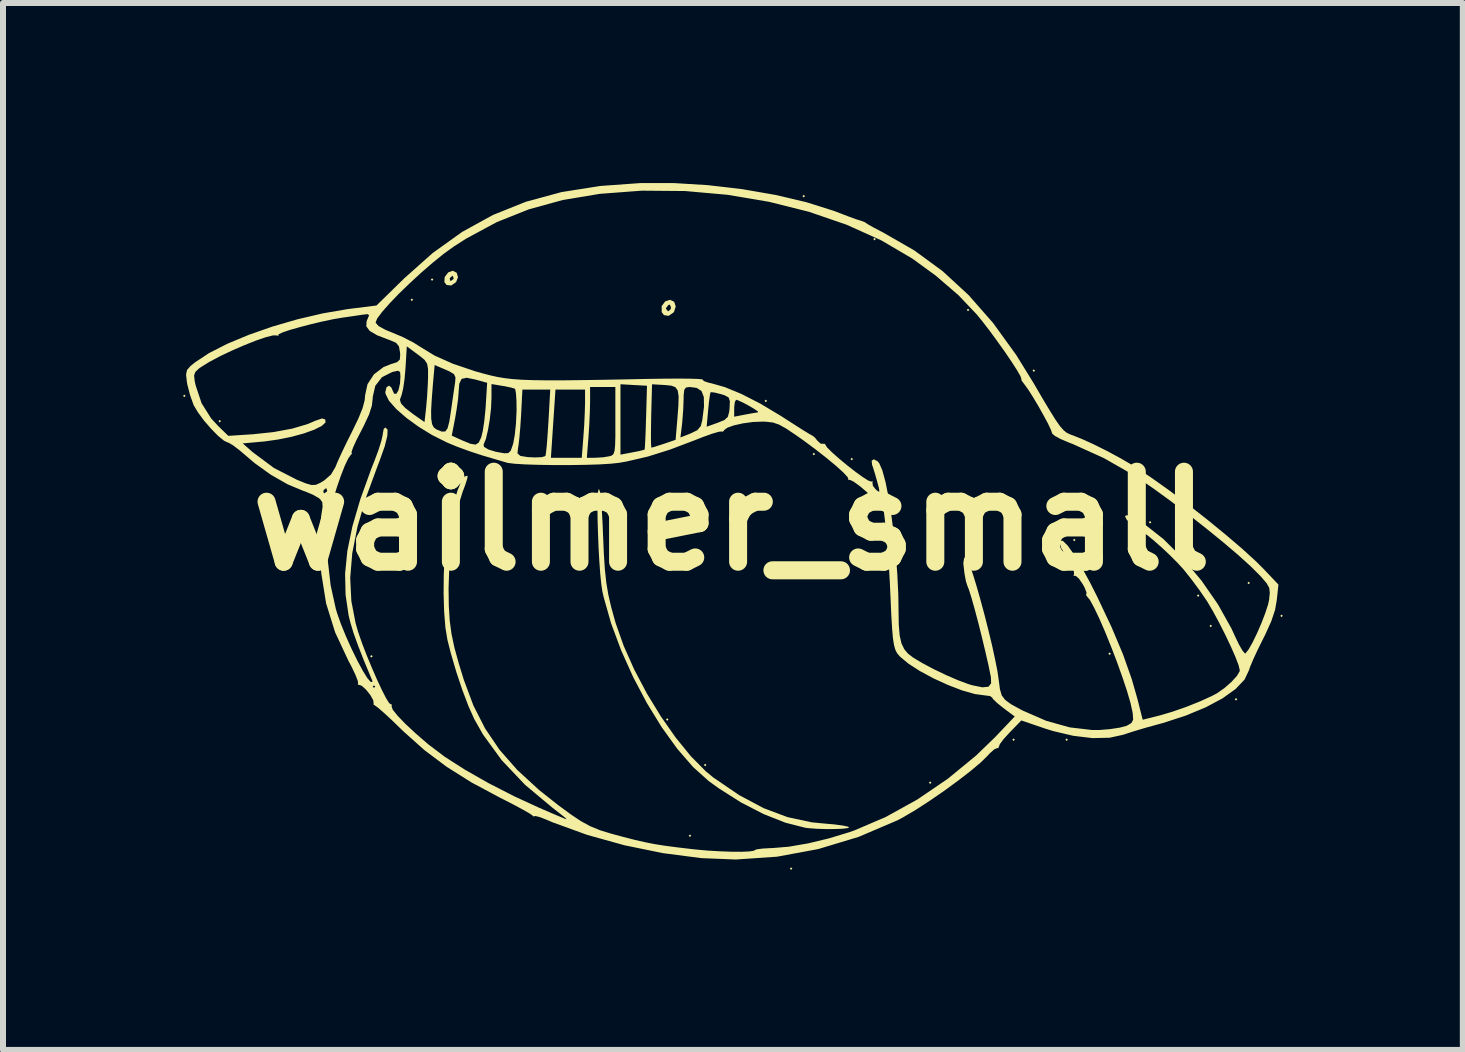
<source format=kicad_pcb>
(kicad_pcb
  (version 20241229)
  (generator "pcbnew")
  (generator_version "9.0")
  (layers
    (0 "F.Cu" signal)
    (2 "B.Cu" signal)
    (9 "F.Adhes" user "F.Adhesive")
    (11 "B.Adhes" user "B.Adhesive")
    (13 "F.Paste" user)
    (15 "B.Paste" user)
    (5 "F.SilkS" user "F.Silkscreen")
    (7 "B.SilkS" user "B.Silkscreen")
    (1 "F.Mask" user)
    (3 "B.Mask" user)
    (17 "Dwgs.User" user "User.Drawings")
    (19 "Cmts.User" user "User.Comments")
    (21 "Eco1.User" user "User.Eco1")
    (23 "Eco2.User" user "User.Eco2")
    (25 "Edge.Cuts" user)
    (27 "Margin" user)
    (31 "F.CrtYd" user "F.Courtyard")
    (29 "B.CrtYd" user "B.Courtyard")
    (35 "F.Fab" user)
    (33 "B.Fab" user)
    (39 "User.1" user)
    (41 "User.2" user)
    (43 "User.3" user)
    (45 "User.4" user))
  (footprint "wailmer_small"
    (layer "F.Cu")
    (at 9.141 5.631)
    (property "Reference" "wailmer_small" (at 0 0 0) (layer "F.SilkS") (effects (font (size 1.5 1.5) (thickness 0.3))))
    (attr board_only exclude_from_pos_files exclude_from_bom)
    (fp_poly (pts (xy -9.099 -2.085) (xy -9.12 -2.064) (xy -9.141 -2.085) (xy -9.12 -2.106)) (stroke (width 0) (type solid)) (fill yes) (layer "F.SilkS"))
    (fp_poly (pts (xy -8.509 -1.664) (xy -8.53 -1.643) (xy -8.551 -1.664) (xy -8.53 -1.685)) (stroke (width 0) (type solid)) (fill yes) (layer "F.SilkS"))
    (fp_poly (pts (xy -5.981 2.254) (xy -6.002 2.275) (xy -6.024 2.254) (xy -6.002 2.233)) (stroke (width 0) (type solid)) (fill yes) (layer "F.SilkS"))
    (fp_poly (pts (xy -5.307 -3.686) (xy -5.329 -3.665) (xy -5.35 -3.686) (xy -5.329 -3.707)) (stroke (width 0) (type solid)) (fill yes) (layer "F.SilkS"))
    (fp_poly (pts (xy -4.97 -4.023) (xy -4.992 -4.002) (xy -5.013 -4.023) (xy -4.992 -4.044)) (stroke (width 0) (type solid)) (fill yes) (layer "F.SilkS"))
    (fp_poly (pts (xy -1.053 3.307) (xy -1.074 3.328) (xy -1.095 3.307) (xy -1.074 3.286)) (stroke (width 0) (type solid)) (fill yes) (layer "F.SilkS"))
    (fp_poly (pts (xy -0.674 5.244) (xy -0.695 5.265) (xy -0.716 5.244) (xy -0.695 5.223)) (stroke (width 0) (type solid)) (fill yes) (layer "F.SilkS"))
    (fp_poly (pts (xy -0.421 4.065) (xy -0.442 4.086) (xy -0.463 4.065) (xy -0.442 4.044)) (stroke (width 0) (type solid)) (fill yes) (layer "F.SilkS"))
    (fp_poly (pts (xy 0.59 -2.001) (xy 0.569 -1.98) (xy 0.548 -2.001) (xy 0.569 -2.022)) (stroke (width 0) (type solid)) (fill yes) (layer "F.SilkS"))
    (fp_poly (pts (xy 1.011 5.792) (xy 0.99 5.813) (xy 0.969 5.792) (xy 0.99 5.771)) (stroke (width 0) (type solid)) (fill yes) (layer "F.SilkS"))
    (fp_poly (pts (xy 1.222 -5.413) (xy 1.2 -5.392) (xy 1.179 -5.413) (xy 1.2 -5.434)) (stroke (width 0) (type solid)) (fill yes) (layer "F.SilkS"))
    (fp_poly (pts (xy 1.39 -1.116) (xy 1.369 -1.095) (xy 1.348 -1.116) (xy 1.369 -1.137)) (stroke (width 0) (type solid)) (fill yes) (layer "F.SilkS"))
    (fp_poly (pts (xy 2.022 -1.032) (xy 2.001 -1.011) (xy 1.98 -1.032) (xy 2.001 -1.053)) (stroke (width 0) (type solid)) (fill yes) (layer "F.SilkS"))
    (fp_poly (pts (xy 2.401 -4.697) (xy 2.38 -4.676) (xy 2.359 -4.697) (xy 2.38 -4.718)) (stroke (width 0) (type solid)) (fill yes) (layer "F.SilkS"))
    (fp_poly (pts (xy 3.328 4.36) (xy 3.307 4.381) (xy 3.286 4.36) (xy 3.307 4.339)) (stroke (width 0) (type solid)) (fill yes) (layer "F.SilkS"))
    (fp_poly (pts (xy 3.96 -3.517) (xy 3.938 -3.496) (xy 3.917 -3.517) (xy 3.938 -3.538)) (stroke (width 0) (type solid)) (fill yes) (layer "F.SilkS"))
    (fp_poly (pts (xy 4.718 3.644) (xy 4.697 3.665) (xy 4.676 3.644) (xy 4.697 3.623)) (stroke (width 0) (type solid)) (fill yes) (layer "F.SilkS"))
    (fp_poly (pts (xy 5.055 -2.506) (xy 5.034 -2.485) (xy 5.013 -2.506) (xy 5.034 -2.527)) (stroke (width 0) (type solid)) (fill yes) (layer "F.SilkS"))
    (fp_poly (pts (xy 5.434 0.19) (xy 5.413 0.211) (xy 5.392 0.19) (xy 5.413 0.168)) (stroke (width 0) (type solid)) (fill yes) (layer "F.SilkS"))
    (fp_poly (pts (xy 5.602 3.644) (xy 5.581 3.665) (xy 5.56 3.644) (xy 5.581 3.623)) (stroke (width 0) (type solid)) (fill yes) (layer "F.SilkS"))
    (fp_poly (pts (xy 5.729 0.316) (xy 5.708 0.337) (xy 5.687 0.316) (xy 5.708 0.295)) (stroke (width 0) (type solid)) (fill yes) (layer "F.SilkS"))
    (fp_poly (pts (xy 6.318 2.211) (xy 6.297 2.233) (xy 6.276 2.211) (xy 6.297 2.19)) (stroke (width 0) (type solid)) (fill yes) (layer "F.SilkS"))
    (fp_poly (pts (xy 6.992 0.021) (xy 6.971 0.042) (xy 6.95 0.021) (xy 6.971 0)) (stroke (width 0) (type solid)) (fill yes) (layer "F.SilkS"))
    (fp_poly (pts (xy 7.498 -0.484) (xy 7.477 -0.463) (xy 7.456 -0.484) (xy 7.477 -0.505)) (stroke (width 0) (type solid)) (fill yes) (layer "F.SilkS"))
    (fp_poly (pts (xy 7.751 0.653) (xy 7.73 0.674) (xy 7.708 0.653) (xy 7.73 0.632)) (stroke (width 0) (type solid)) (fill yes) (layer "F.SilkS"))
    (fp_poly (pts (xy 7.793 1.243) (xy 7.772 1.264) (xy 7.751 1.243) (xy 7.772 1.222)) (stroke (width 0) (type solid)) (fill yes) (layer "F.SilkS"))
    (fp_poly (pts (xy 8.003 1.748) (xy 7.982 1.769) (xy 7.961 1.748) (xy 7.982 1.727)) (stroke (width 0) (type solid)) (fill yes) (layer "F.SilkS"))
    (fp_poly (pts (xy 8.425 2.97) (xy 8.403 2.991) (xy 8.382 2.97) (xy 8.403 2.949)) (stroke (width 0) (type solid)) (fill yes) (layer "F.SilkS"))
    (fp_poly (pts (xy 8.635 1.032) (xy 8.614 1.053) (xy 8.593 1.032) (xy 8.614 1.011)) (stroke (width 0) (type solid)) (fill yes) (layer "F.SilkS"))
    (fp_poly (pts (xy 9.183 1.58) (xy 9.162 1.601) (xy 9.141 1.58) (xy 9.162 1.559)) (stroke (width 0) (type solid)) (fill yes) (layer "F.SilkS"))
    (fp_poly (pts (xy -4.582 -4.137) (xy -4.56 -4.062) (xy -4.592 -3.98) (xy -4.673 -3.924) (xy -4.75 -3.933) (xy -4.787 -3.981) (xy -4.783 -4.044) (xy -4.697 -4.044) (xy -4.693 -4.005) (xy -4.678 -4.002) (xy -4.635 -4.032) (xy -4.633 -4.044) (xy -4.648 -4.085) (xy -4.652 -4.086) (xy -4.688 -4.056) (xy -4.697 -4.044) (xy -4.783 -4.044) (xy -4.781 -4.066) (xy -4.723 -4.142) (xy -4.648 -4.17)) (stroke (width 0) (type solid)) (fill yes) (layer "F.SilkS"))
    (fp_poly (pts (xy -0.958 -3.653) (xy -0.932 -3.576) (xy -0.96 -3.487) (xy -0.971 -3.473) (xy -1.052 -3.418) (xy -1.129 -3.431) (xy -1.166 -3.481) (xy -1.166 -3.536) (xy -1.095 -3.536) (xy -1.063 -3.497) (xy -1.053 -3.496) (xy -1.016 -3.53) (xy -1.011 -3.562) (xy -1.031 -3.605) (xy -1.053 -3.601) (xy -1.094 -3.548) (xy -1.095 -3.536) (xy -1.166 -3.536) (xy -1.167 -3.58) (xy -1.108 -3.659) (xy -1.028 -3.686)) (stroke (width 0) (type solid)) (fill yes) (layer "F.SilkS"))
    (fp_poly (pts (xy -2.211 -0.534) (xy -2.195 -0.488) (xy -2.179 -0.37) (xy -2.164 -0.189) (xy -2.151 0.043) (xy -2.144 0.214) (xy -2.13 0.541) (xy -2.113 0.805) (xy -2.089 1.027) (xy -2.055 1.229) (xy -2.008 1.432) (xy -1.946 1.657) (xy -1.933 1.702) (xy -1.799 2.081) (xy -1.623 2.476) (xy -1.414 2.872) (xy -1.181 3.254) (xy -0.934 3.607) (xy -0.682 3.917) (xy -0.435 4.167) (xy -0.305 4.274) (xy 0.123 4.566) (xy 0.531 4.784) (xy 0.931 4.934) (xy 1.333 5.02) (xy 1.537 5.04) (xy 1.71 5.055) (xy 1.852 5.074) (xy 1.94 5.093) (xy 1.957 5.102) (xy 1.936 5.116) (xy 1.852 5.127) (xy 1.724 5.132) (xy 1.573 5.133) (xy 1.419 5.128) (xy 1.283 5.118) (xy 1.222 5.11) (xy 0.894 5.026) (xy 0.534 4.884) (xy 0.159 4.691) (xy -0.213 4.455) (xy -0.384 4.332) (xy -0.644 4.098) (xy -0.907 3.795) (xy -1.166 3.435) (xy -1.413 3.033) (xy -1.641 2.601) (xy -1.842 2.154) (xy -2.009 1.705) (xy -2.133 1.268) (xy -2.155 1.17) (xy -2.173 1.049) (xy -2.19 0.878) (xy -2.205 0.672) (xy -2.218 0.445) (xy -2.227 0.211) (xy -2.234 -0.014) (xy -2.236 -0.216) (xy -2.233 -0.379) (xy -2.226 -0.49) (xy -2.213 -0.534)) (stroke (width 0) (type solid)) (fill yes) (layer "F.SilkS"))
    (fp_poly (pts (xy -0.967 -5.631) (xy -0.396 -5.596) (xy 0.177 -5.529) (xy 0.731 -5.433) (xy 1.248 -5.311) (xy 1.707 -5.166) (xy 1.811 -5.126) (xy 1.958 -5.07) (xy 2.079 -5.026) (xy 2.148 -5.005) (xy 2.218 -4.979) (xy 2.233 -4.968) (xy 2.278 -4.939) (xy 2.378 -4.883) (xy 2.512 -4.813) (xy 2.527 -4.805) (xy 3.042 -4.509) (xy 3.514 -4.164) (xy 3.949 -3.763) (xy 4.356 -3.299) (xy 4.742 -2.765) (xy 5.032 -2.295) (xy 5.186 -2.031) (xy 5.306 -1.831) (xy 5.398 -1.684) (xy 5.47 -1.581) (xy 5.529 -1.514) (xy 5.582 -1.471) (xy 5.637 -1.444) (xy 5.679 -1.429) (xy 5.831 -1.369) (xy 6.031 -1.278) (xy 6.256 -1.166) (xy 6.48 -1.045) (xy 6.681 -0.928) (xy 6.729 -0.898) (xy 6.997 -0.719) (xy 7.298 -0.505) (xy 7.614 -0.267) (xy 7.931 -0.018) (xy 8.234 0.23) (xy 8.508 0.464) (xy 8.737 0.673) (xy 8.862 0.798) (xy 9.11 1.059) (xy 9.083 1.314) (xy 9.053 1.484) (xy 8.991 1.669) (xy 8.89 1.893) (xy 8.849 1.974) (xy 8.761 2.152) (xy 8.687 2.312) (xy 8.636 2.434) (xy 8.619 2.486) (xy 8.546 2.641) (xy 8.396 2.799) (xy 8.178 2.955) (xy 7.899 3.104) (xy 7.566 3.242) (xy 7.188 3.365) (xy 7.089 3.392) (xy 6.896 3.445) (xy 6.708 3.501) (xy 6.56 3.549) (xy 6.529 3.56) (xy 6.297 3.611) (xy 6.012 3.617) (xy 5.692 3.579) (xy 5.353 3.499) (xy 5.225 3.459) (xy 4.826 3.323) (xy 4.629 3.526) (xy 4.532 3.632) (xy 4.469 3.716) (xy 4.452 3.76) (xy 4.442 3.784) (xy 4.429 3.782) (xy 4.377 3.803) (xy 4.299 3.872) (xy 4.268 3.907) (xy 4.153 4.02) (xy 3.982 4.164) (xy 3.771 4.327) (xy 3.537 4.498) (xy 3.296 4.664) (xy 3.066 4.813) (xy 2.861 4.934) (xy 2.766 4.985) (xy 2.115 5.263) (xy 1.442 5.466) (xy 0.756 5.593) (xy 0.069 5.64) (xy -0.505 5.617) (xy -1.145 5.534) (xy -1.789 5.402) (xy -2.41 5.229) (xy -2.982 5.021) (xy -3.085 4.977) (xy -3.197 4.933) (xy -3.27 4.915) (xy -3.286 4.919) (xy -3.305 4.922) (xy -3.318 4.907) (xy -3.365 4.874) (xy -3.473 4.812) (xy -3.627 4.729) (xy -3.812 4.634) (xy -3.854 4.613) (xy -4.333 4.357) (xy -4.748 4.096) (xy -5.12 3.817) (xy -5.47 3.504) (xy -5.51 3.465) (xy -5.662 3.318) (xy -5.793 3.197) (xy -5.892 3.111) (xy -5.947 3.071) (xy -5.953 3.07) (xy -5.97 3.052) (xy -5.965 3.04) (xy -5.973 2.984) (xy -6.022 2.898) (xy -6.092 2.81) (xy -6.148 2.759) (xy -5.981 2.759) (xy -5.96 2.78) (xy -5.939 2.759) (xy -5.96 2.738) (xy -5.981 2.759) (xy -6.148 2.759) (xy -6.162 2.746) (xy -6.205 2.731) (xy -6.233 2.726) (xy -6.224 2.714) (xy -6.229 2.666) (xy -6.269 2.562) (xy -6.336 2.422) (xy -6.383 2.334) (xy -6.608 1.853) (xy -6.758 1.37) (xy -6.839 0.863) (xy -6.854 0.632) (xy -6.859 0.406) (xy -6.858 0.257) (xy -6.736 0.257) (xy -6.729 0.66) (xy -6.682 1.071) (xy -6.597 1.457) (xy -6.576 1.53) (xy -6.511 1.715) (xy -6.427 1.921) (xy -6.332 2.132) (xy -6.235 2.33) (xy -6.144 2.499) (xy -6.067 2.622) (xy -6.013 2.681) (xy -5.985 2.681) (xy -5.992 2.65) (xy -6.125 2.331) (xy -6.226 2.073) (xy -6.301 1.865) (xy -6.353 1.692) (xy -6.383 1.569) (xy -6.433 1.229) (xy -6.441 0.876) (xy -6.404 0.5) (xy -6.32 0.091) (xy -6.188 -0.361) (xy -6.006 -0.866) (xy -5.944 -1.023) (xy -5.883 -1.188) (xy -5.837 -1.335) (xy -5.814 -1.438) (xy -5.813 -1.454) (xy -5.798 -1.533) (xy -5.771 -1.559) (xy -5.733 -1.522) (xy -5.738 -1.415) (xy -5.783 -1.238) (xy -5.87 -0.994) (xy -5.892 -0.938) (xy -6.091 -0.396) (xy -6.234 0.092) (xy -6.322 0.537) (xy -6.356 0.948) (xy -6.337 1.333) (xy -6.266 1.702) (xy -6.222 1.854) (xy -6.158 2.038) (xy -6.08 2.241) (xy -5.994 2.448) (xy -5.908 2.645) (xy -5.827 2.818) (xy -5.758 2.952) (xy -5.707 3.034) (xy -5.683 3.051) (xy -5.661 3.06) (xy -5.667 3.086) (xy -5.648 3.142) (xy -5.569 3.242) (xy -5.439 3.377) (xy -5.265 3.539) (xy -5.056 3.72) (xy -5.052 3.723) (xy -4.781 3.928) (xy -4.442 4.145) (xy -4.05 4.368) (xy -3.62 4.588) (xy -3.205 4.779) (xy -3.029 4.855) (xy -2.884 4.917) (xy -2.785 4.958) (xy -2.749 4.97) (xy -2.77 4.947) (xy -2.845 4.887) (xy -2.957 4.8) (xy -2.983 4.78) (xy -3.443 4.395) (xy -3.831 3.986) (xy -4.143 3.558) (xy -4.29 3.298) (xy -4.385 3.086) (xy -4.487 2.817) (xy -4.588 2.515) (xy -4.678 2.208) (xy -4.736 1.98) (xy -4.77 1.774) (xy -4.791 1.508) (xy -4.8 1.205) (xy -4.797 0.886) (xy -4.782 0.577) (xy -4.755 0.298) (xy -4.738 0.185) (xy -4.686 -0.079) (xy -4.628 -0.314) (xy -4.567 -0.51) (xy -4.508 -0.655) (xy -4.453 -0.741) (xy -4.407 -0.755) (xy -4.4 -0.75) (xy -4.406 -0.705) (xy -4.438 -0.605) (xy -4.484 -0.482) (xy -4.582 -0.167) (xy -4.655 0.214) (xy -4.701 0.648) (xy -4.717 1.118) (xy -4.717 1.134) (xy -4.713 1.417) (xy -4.698 1.658) (xy -4.668 1.882) (xy -4.619 2.113) (xy -4.546 2.376) (xy -4.463 2.646) (xy -4.303 3.075) (xy -4.107 3.459) (xy -3.867 3.813) (xy -3.571 4.149) (xy -3.211 4.48) (xy -2.889 4.735) (xy -2.679 4.889) (xy -2.51 5.002) (xy -2.357 5.085) (xy -2.194 5.152) (xy -1.998 5.212) (xy -1.808 5.263) (xy -1.61 5.314) (xy -1.443 5.352) (xy -1.286 5.383) (xy -1.116 5.41) (xy -0.91 5.437) (xy -0.648 5.468) (xy -0.59 5.474) (xy -0.401 5.491) (xy -0.2 5.503) (xy -0.005 5.51) (xy 0.166 5.511) (xy 0.297 5.505) (xy 0.37 5.494) (xy 0.379 5.486) (xy 0.418 5.47) (xy 0.52 5.457) (xy 0.665 5.449) (xy 0.685 5.449) (xy 0.955 5.426) (xy 1.274 5.371) (xy 1.616 5.289) (xy 1.956 5.186) (xy 2.042 5.156) (xy 2.564 4.933) (xy 3.09 4.642) (xy 3.599 4.296) (xy 4.072 3.908) (xy 4.392 3.598) (xy 4.716 3.257) (xy 4.527 3.116) (xy 4.424 3.033) (xy 4.355 2.967) (xy 4.339 2.941) (xy 4.302 2.916) (xy 4.223 2.906) (xy 4.052 2.883) (xy 3.838 2.822) (xy 3.602 2.731) (xy 3.361 2.621) (xy 3.135 2.499) (xy 2.943 2.375) (xy 2.803 2.258) (xy 2.755 2.201) (xy 2.727 2.145) (xy 2.705 2.068) (xy 2.687 1.955) (xy 2.673 1.795) (xy 2.66 1.575) (xy 2.648 1.306) (xy 2.635 1.025) (xy 2.619 0.742) (xy 2.602 0.48) (xy 2.584 0.263) (xy 2.572 0.147) (xy 2.527 -0.232) (xy 2.265 -0.471) (xy 2.141 -0.577) (xy 2.037 -0.653) (xy 1.971 -0.686) (xy 1.96 -0.685) (xy 1.938 -0.682) (xy 1.947 -0.694) (xy 1.93 -0.734) (xy 1.855 -0.814) (xy 1.732 -0.925) (xy 1.572 -1.057) (xy 1.385 -1.203) (xy 1.182 -1.353) (xy 1.061 -1.438) (xy 0.904 -1.543) (xy 0.788 -1.607) (xy 0.688 -1.641) (xy 0.576 -1.654) (xy 0.514 -1.656) (xy 0.356 -1.65) (xy 0.192 -1.628) (xy 0.043 -1.595) (xy -0.069 -1.556) (xy -0.124 -1.517) (xy -0.126 -1.508) (xy -0.152 -1.487) (xy -0.163 -1.492) (xy -0.215 -1.487) (xy -0.327 -1.454) (xy -0.48 -1.399) (xy -0.615 -1.346) (xy -1.027 -1.19) (xy -1.396 -1.074) (xy -1.749 -0.992) (xy -1.874 -0.97) (xy -2.011 -0.955) (xy -2.205 -0.943) (xy -2.439 -0.936) (xy -2.697 -0.932) (xy -2.96 -0.932) (xy -3.213 -0.936) (xy -3.437 -0.943) (xy -3.615 -0.954) (xy -3.731 -0.968) (xy -3.748 -0.973) (xy -3.84 -1) (xy -3.983 -1.042) (xy -4.019 -1.053) (xy -3.012 -1.053) (xy -2.755 -1.053) (xy -2.498 -1.053) (xy -2.413 -1.053) (xy -2.27 -1.054) (xy -2.14 -1.062) (xy -2.032 -1.08) (xy -1.994 -1.093) (xy -1.968 -1.119) (xy -1.951 -1.172) (xy -1.942 -1.264) (xy -1.938 -1.411) (xy -1.938 -1.626) (xy -1.938 -1.669) (xy -1.938 -1.693) (xy -1.853 -1.693) (xy -1.853 -1.106) (xy -1.657 -1.143) (xy -1.54 -1.166) (xy -1.464 -1.185) (xy -1.451 -1.19) (xy -1.446 -1.234) (xy -1.44 -1.345) (xy -1.438 -1.385) (xy -1.345 -1.385) (xy -1.343 -1.27) (xy -1.338 -1.222) (xy -1.338 -1.222) (xy -1.291 -1.234) (xy -1.193 -1.266) (xy -1.127 -1.287) (xy -0.934 -1.353) (xy -0.931 -1.392) (xy -0.854 -1.392) (xy -0.684 -1.459) (xy -0.572 -1.514) (xy -0.524 -1.571) (xy -0.417 -1.571) (xy -0.233 -1.637) (xy -0.12 -1.683) (xy -0.064 -1.735) (xy -0.041 -1.821) (xy -0.035 -1.88) (xy 0.042 -1.88) (xy 0.042 -1.738) (xy 0.221 -1.773) (xy 0.341 -1.795) (xy 0.427 -1.809) (xy 0.442 -1.811) (xy 0.432 -1.83) (xy 0.369 -1.872) (xy 0.278 -1.926) (xy 0.181 -1.977) (xy 0.103 -2.012) (xy 0.074 -2.02) (xy 0.053 -1.984) (xy 0.042 -1.895) (xy 0.042 -1.88) (xy -0.035 -1.88) (xy -0.035 -1.885) (xy -0.03 -1.999) (xy -0.052 -2.06) (xy -0.12 -2.096) (xy -0.179 -2.114) (xy -0.283 -2.14) (xy -0.346 -2.147) (xy -0.352 -2.144) (xy -0.363 -2.097) (xy -0.378 -1.989) (xy -0.392 -1.849) (xy -0.417 -1.571) (xy -0.524 -1.571) (xy -0.515 -1.581) (xy -0.49 -1.679) (xy -0.461 -1.907) (xy -0.464 -2.066) (xy -0.503 -2.166) (xy -0.583 -2.218) (xy -0.698 -2.233) (xy -0.76 -2.225) (xy -0.79 -2.186) (xy -0.8 -2.096) (xy -0.801 -2.032) (xy -0.807 -1.863) (xy -0.821 -1.676) (xy -0.827 -1.612) (xy -0.854 -1.392) (xy -0.931 -1.392) (xy -0.905 -1.699) (xy -0.888 -1.923) (xy -0.884 -2.077) (xy -0.899 -2.174) (xy -0.937 -2.229) (xy -1.004 -2.255) (xy -1.105 -2.265) (xy -1.116 -2.266) (xy -1.327 -2.278) (xy -1.341 -1.75) (xy -1.344 -1.55) (xy -1.345 -1.385) (xy -1.438 -1.385) (xy -1.433 -1.508) (xy -1.427 -1.706) (xy -1.426 -1.727) (xy -1.411 -2.254) (xy -1.632 -2.266) (xy -1.853 -2.279) (xy -1.853 -1.693) (xy -1.938 -1.693) (xy -1.938 -2.233) (xy -2.148 -2.233) (xy -2.359 -2.233) (xy -2.359 -1.99) (xy -2.363 -1.825) (xy -2.372 -1.619) (xy -2.385 -1.415) (xy -2.386 -1.401) (xy -2.413 -1.053) (xy -2.498 -1.053) (xy -2.471 -1.401) (xy -2.457 -1.599) (xy -2.448 -1.798) (xy -2.443 -1.957) (xy -2.443 -1.969) (xy -2.443 -2.19) (xy -2.689 -2.19) (xy -2.936 -2.19) (xy -2.974 -1.622) (xy -3.012 -1.053) (xy -4.019 -1.053) (xy -4.149 -1.091) (xy -4.165 -1.096) (xy -4.262 -1.128) (xy -3.569 -1.128) (xy -3.526 -1.088) (xy -3.511 -1.083) (xy -3.4 -1.065) (xy -3.275 -1.059) (xy -3.166 -1.064) (xy -3.106 -1.081) (xy -3.103 -1.085) (xy -3.094 -1.137) (xy -3.081 -1.256) (xy -3.068 -1.425) (xy -3.055 -1.627) (xy -3.053 -1.653) (xy -3.023 -2.19) (xy -3.255 -2.19) (xy -3.487 -2.19) (xy -3.509 -1.759) (xy -3.522 -1.564) (xy -3.537 -1.39) (xy -3.552 -1.261) (xy -3.56 -1.215) (xy -3.569 -1.128) (xy -4.262 -1.128) (xy -4.366 -1.162) (xy -4.582 -1.241) (xy -4.743 -1.308) (xy -4.972 -1.423) (xy -4.664 -1.423) (xy -4.491 -1.344) (xy -4.352 -1.287) (xy -4.267 -1.273) (xy -4.259 -1.278) (xy -4.134 -1.278) (xy -4.127 -1.236) (xy -4.052 -1.191) (xy -3.926 -1.153) (xy -3.791 -1.129) (xy -3.724 -1.131) (xy -3.681 -1.171) (xy -3.647 -1.269) (xy -3.637 -1.306) (xy -3.613 -1.442) (xy -3.594 -1.626) (xy -3.585 -1.819) (xy -3.584 -1.84) (xy -3.586 -2.002) (xy -3.594 -2.128) (xy -3.607 -2.197) (xy -3.612 -2.204) (xy -3.67 -2.222) (xy -3.778 -2.245) (xy -3.823 -2.252) (xy -4.002 -2.282) (xy -4.002 -2.054) (xy -4.009 -1.883) (xy -4.03 -1.696) (xy -4.06 -1.518) (xy -4.094 -1.372) (xy -4.129 -1.284) (xy -4.134 -1.278) (xy -4.259 -1.278) (xy -4.215 -1.306) (xy -4.175 -1.39) (xy -4.171 -1.401) (xy -4.146 -1.505) (xy -4.122 -1.665) (xy -4.103 -1.852) (xy -4.098 -1.92) (xy -4.074 -2.303) (xy -4.274 -2.358) (xy -4.416 -2.387) (xy -4.5 -2.368) (xy -4.539 -2.287) (xy -4.55 -2.148) (xy -4.559 -2.029) (xy -4.582 -1.866) (xy -4.608 -1.712) (xy -4.664 -1.423) (xy -4.972 -1.423) (xy -4.987 -1.43) (xy -5.217 -1.571) (xy -5.422 -1.72) (xy -5.59 -1.867) (xy -5.709 -2.003) (xy -5.718 -2.019) (xy -5.528 -2.019) (xy -5.509 -1.959) (xy -5.441 -1.885) (xy -5.315 -1.787) (xy -5.244 -1.737) (xy -5.118 -1.649) (xy -5.096 -1.839) (xy -5.008 -1.839) (xy -5.006 -1.704) (xy -4.992 -1.615) (xy -4.964 -1.56) (xy -4.922 -1.528) (xy -4.918 -1.526) (xy -4.831 -1.49) (xy -4.772 -1.492) (xy -4.734 -1.544) (xy -4.704 -1.658) (xy -4.679 -1.822) (xy -4.653 -2.004) (xy -4.629 -2.17) (xy -4.611 -2.291) (xy -4.608 -2.307) (xy -4.602 -2.394) (xy -4.628 -2.448) (xy -4.707 -2.495) (xy -4.768 -2.522) (xy -4.949 -2.599) (xy -4.976 -2.3) (xy -4.997 -2.034) (xy -5.008 -1.839) (xy -5.096 -1.839) (xy -5.091 -1.888) (xy -5.075 -2.073) (xy -5.063 -2.281) (xy -5.059 -2.387) (xy -5.059 -2.531) (xy -5.074 -2.62) (xy -5.117 -2.685) (xy -5.201 -2.754) (xy -5.234 -2.778) (xy -5.413 -2.91) (xy -5.435 -2.54) (xy -5.451 -2.361) (xy -5.474 -2.206) (xy -5.499 -2.101) (xy -5.507 -2.08) (xy -5.528 -2.019) (xy -5.718 -2.019) (xy -5.767 -2.118) (xy -5.771 -2.147) (xy -5.751 -2.229) (xy -5.708 -2.256) (xy -5.666 -2.219) (xy -5.658 -2.195) (xy -5.624 -2.121) (xy -5.586 -2.12) (xy -5.551 -2.181) (xy -5.526 -2.292) (xy -5.519 -2.409) (xy -5.525 -2.483) (xy -5.56 -2.504) (xy -5.65 -2.484) (xy -5.655 -2.483) (xy -5.827 -2.396) (xy -5.938 -2.253) (xy -5.981 -2.065) (xy -5.981 -2.045) (xy -5.995 -1.921) (xy -6.042 -1.775) (xy -6.129 -1.588) (xy -6.174 -1.5) (xy -6.253 -1.347) (xy -6.308 -1.225) (xy -6.334 -1.151) (xy -6.332 -1.137) (xy -6.327 -1.119) (xy -6.344 -1.105) (xy -6.387 -1.045) (xy -6.446 -0.922) (xy -6.511 -0.756) (xy -6.577 -0.566) (xy -6.637 -0.373) (xy -6.683 -0.194) (xy -6.7 -0.107) (xy -6.736 0.257) (xy -6.858 0.257) (xy -6.857 0.19) (xy -6.849 0.008) (xy -6.836 -0.107) (xy -6.816 -0.237) (xy -6.821 -0.312) (xy -6.856 -0.363) (xy -6.884 -0.385) (xy -6.981 -0.44) (xy -7.111 -0.494) (xy -7.14 -0.504) (xy -7.144 -0.505) (xy -6.803 -0.505) (xy -6.799 -0.467) (xy -6.784 -0.463) (xy -6.741 -0.494) (xy -6.74 -0.505) (xy -6.754 -0.546) (xy -6.758 -0.548) (xy -6.794 -0.518) (xy -6.803 -0.505) (xy -7.144 -0.505) (xy -7.4 -0.612) (xy -7.68 -0.772) (xy -7.951 -0.967) (xy -8.073 -1.071) (xy -8.2 -1.179) (xy -8.308 -1.261) (xy -8.379 -1.303) (xy -8.39 -1.306) (xy -8.459 -1.338) (xy -8.56 -1.421) (xy -8.676 -1.54) (xy -8.793 -1.675) (xy -8.893 -1.811) (xy -8.963 -1.928) (xy -8.967 -1.938) (xy -9.025 -2.101) (xy -9.07 -2.276) (xy -9.078 -2.321) (xy -9.089 -2.426) (xy -8.957 -2.426) (xy -8.947 -2.332) (xy -8.931 -2.259) (xy -8.832 -1.962) (xy -8.674 -1.711) (xy -8.557 -1.584) (xy -8.387 -1.419) (xy -7.974 -1.446) (xy -7.633 -1.482) (xy -7.324 -1.539) (xy -7.066 -1.615) (xy -6.936 -1.671) (xy -6.825 -1.709) (xy -6.772 -1.692) (xy -6.767 -1.642) (xy -6.832 -1.583) (xy -6.956 -1.521) (xy -7.126 -1.46) (xy -7.33 -1.404) (xy -7.556 -1.358) (xy -7.791 -1.325) (xy -7.827 -1.322) (xy -8.147 -1.293) (xy -7.98 -1.147) (xy -7.627 -0.884) (xy -7.245 -0.688) (xy -7.098 -0.628) (xy -7.001 -0.6) (xy -6.929 -0.603) (xy -6.855 -0.636) (xy -6.79 -0.675) (xy -6.676 -0.775) (xy -6.604 -0.896) (xy -6.566 -0.988) (xy -6.5 -1.134) (xy -6.414 -1.312) (xy -6.333 -1.474) (xy -6.222 -1.703) (xy -6.151 -1.877) (xy -6.115 -2.011) (xy -6.108 -2.094) (xy -6.068 -2.279) (xy -5.961 -2.443) (xy -5.801 -2.565) (xy -5.68 -2.613) (xy -5.574 -2.647) (xy -5.529 -2.691) (xy -5.523 -2.771) (xy -5.526 -2.81) (xy -5.544 -2.911) (xy -5.592 -2.969) (xy -5.695 -3.014) (xy -5.708 -3.018) (xy -5.908 -3.095) (xy -6.032 -3.168) (xy -6.088 -3.245) (xy -6.084 -3.306) (xy -5.933 -3.306) (xy -5.932 -3.304) (xy -5.884 -3.249) (xy -5.766 -3.184) (xy -5.65 -3.137) (xy -5.475 -3.063) (xy -5.301 -2.973) (xy -5.198 -2.908) (xy -4.949 -2.756) (xy -4.644 -2.62) (xy -4.271 -2.494) (xy -4.135 -2.456) (xy -4.019 -2.426) (xy -3.906 -2.401) (xy -3.787 -2.381) (xy -3.654 -2.365) (xy -3.498 -2.354) (xy -3.311 -2.347) (xy -3.084 -2.344) (xy -2.809 -2.344) (xy -2.478 -2.348) (xy -2.083 -2.354) (xy -1.614 -2.363) (xy -1.444 -2.367) (xy -1.169 -2.371) (xy -0.925 -2.373) (xy -0.724 -2.372) (xy -0.578 -2.368) (xy -0.498 -2.362) (xy -0.486 -2.357) (xy -0.462 -2.331) (xy -0.379 -2.303) (xy -0.347 -2.297) (xy -0.114 -2.231) (xy 0.167 -2.115) (xy 0.479 -1.955) (xy 0.81 -1.757) (xy 0.868 -1.72) (xy 1.041 -1.609) (xy 1.187 -1.516) (xy 1.293 -1.451) (xy 1.345 -1.422) (xy 1.348 -1.421) (xy 1.386 -1.391) (xy 1.425 -1.342) (xy 1.482 -1.289) (xy 1.519 -1.287) (xy 1.556 -1.285) (xy 1.559 -1.274) (xy 1.589 -1.227) (xy 1.671 -1.145) (xy 1.787 -1.042) (xy 1.922 -0.93) (xy 2.059 -0.823) (xy 2.183 -0.733) (xy 2.276 -0.674) (xy 2.324 -0.657) (xy 2.325 -0.658) (xy 2.353 -0.661) (xy 2.345 -0.644) (xy 2.353 -0.587) (xy 2.399 -0.528) (xy 2.445 -0.49) (xy 2.462 -0.495) (xy 2.451 -0.557) (xy 2.424 -0.659) (xy 2.386 -0.793) (xy 2.352 -0.901) (xy 2.34 -0.933) (xy 2.332 -1.006) (xy 2.37 -1.028) (xy 2.431 -0.995) (xy 2.46 -0.96) (xy 2.511 -0.842) (xy 2.562 -0.654) (xy 2.612 -0.408) (xy 2.658 -0.117) (xy 2.699 0.204) (xy 2.734 0.544) (xy 2.76 0.889) (xy 2.776 1.224) (xy 2.78 1.477) (xy 2.784 1.726) (xy 2.799 1.907) (xy 2.829 2.039) (xy 2.876 2.136) (xy 2.937 2.209) (xy 3.03 2.28) (xy 3.182 2.37) (xy 3.37 2.47) (xy 3.575 2.568) (xy 3.774 2.654) (xy 3.947 2.718) (xy 4.011 2.737) (xy 4.178 2.771) (xy 4.279 2.761) (xy 4.323 2.704) (xy 4.319 2.601) (xy 4.279 2.405) (xy 4.227 2.178) (xy 4.169 1.936) (xy 4.109 1.696) (xy 4.05 1.473) (xy 3.997 1.285) (xy 3.954 1.147) (xy 3.926 1.076) (xy 3.902 1.001) (xy 3.879 0.875) (xy 3.862 0.728) (xy 3.86 0.695) (xy 3.873 0.619) (xy 3.896 0.594) (xy 3.924 0.626) (xy 3.966 0.727) (xy 4.019 0.885) (xy 4.081 1.087) (xy 4.147 1.32) (xy 4.215 1.572) (xy 4.28 1.829) (xy 4.34 2.079) (xy 4.39 2.31) (xy 4.429 2.507) (xy 4.451 2.66) (xy 4.451 2.662) (xy 4.47 2.804) (xy 4.499 2.904) (xy 4.556 2.98) (xy 4.654 3.052) (xy 4.809 3.137) (xy 4.853 3.16) (xy 5.241 3.329) (xy 5.631 3.438) (xy 6.003 3.482) (xy 6.129 3.482) (xy 6.306 3.467) (xy 6.465 3.443) (xy 6.575 3.414) (xy 6.586 3.41) (xy 6.661 3.365) (xy 6.689 3.31) (xy 6.683 3.21) (xy 6.678 3.182) (xy 6.645 3.031) (xy 6.587 2.833) (xy 6.51 2.602) (xy 6.421 2.352) (xy 6.323 2.097) (xy 6.224 1.852) (xy 6.128 1.631) (xy 6.041 1.448) (xy 5.97 1.317) (xy 5.919 1.254) (xy 5.9 1.225) (xy 5.91 1.222) (xy 5.912 1.19) (xy 5.879 1.107) (xy 5.851 1.055) (xy 5.787 0.961) (xy 5.733 0.914) (xy 5.715 0.914) (xy 5.694 0.912) (xy 5.705 0.888) (xy 5.7 0.826) (xy 5.65 0.716) (xy 5.582 0.603) (xy 5.491 0.45) (xy 5.46 0.355) (xy 5.469 0.328) (xy 5.518 0.331) (xy 5.597 0.408) (xy 5.701 0.553) (xy 5.826 0.76) (xy 5.971 1.025) (xy 6.09 1.261) (xy 6.329 1.767) (xy 6.52 2.221) (xy 6.666 2.634) (xy 6.757 2.951) (xy 6.848 3.311) (xy 7.131 3.24) (xy 7.342 3.178) (xy 7.577 3.096) (xy 7.807 3.004) (xy 8.002 2.915) (xy 8.088 2.869) (xy 8.211 2.783) (xy 8.329 2.679) (xy 8.42 2.579) (xy 8.465 2.5) (xy 8.466 2.488) (xy 8.447 2.406) (xy 8.395 2.269) (xy 8.318 2.093) (xy 8.224 1.895) (xy 8.122 1.694) (xy 8.02 1.505) (xy 7.927 1.347) (xy 7.914 1.327) (xy 7.792 1.149) (xy 7.654 0.963) (xy 7.531 0.809) (xy 7.528 0.805) (xy 7.424 0.692) (xy 7.298 0.566) (xy 7.164 0.44) (xy 7.036 0.327) (xy 6.929 0.239) (xy 6.857 0.19) (xy 6.835 0.185) (xy 6.798 0.169) (xy 6.721 0.111) (xy 6.674 0.071) (xy 6.58 -0.025) (xy 6.553 -0.082) (xy 6.585 -0.097) (xy 6.67 -0.071) (xy 6.798 -0.002) (xy 6.865 0.042) (xy 7.194 0.301) (xy 7.52 0.625) (xy 7.828 0.993) (xy 8.102 1.388) (xy 8.326 1.789) (xy 8.384 1.915) (xy 8.452 2.057) (xy 8.511 2.159) (xy 8.551 2.206) (xy 8.559 2.207) (xy 8.608 2.147) (xy 8.676 2.029) (xy 8.752 1.873) (xy 8.827 1.7) (xy 8.892 1.531) (xy 8.938 1.388) (xy 8.954 1.315) (xy 8.966 1.197) (xy 8.957 1.114) (xy 8.914 1.038) (xy 8.828 0.937) (xy 8.799 0.906) (xy 8.647 0.754) (xy 8.438 0.565) (xy 8.186 0.351) (xy 7.907 0.124) (xy 7.612 -0.108) (xy 7.317 -0.331) (xy 7.035 -0.536) (xy 6.78 -0.712) (xy 6.688 -0.771) (xy 6.198 -1.05) (xy 5.687 -1.281) (xy 5.623 -1.306) (xy 5.483 -1.365) (xy 5.382 -1.42) (xy 5.338 -1.459) (xy 5.338 -1.463) (xy 5.321 -1.516) (xy 5.271 -1.622) (xy 5.196 -1.761) (xy 5.11 -1.915) (xy 5.021 -2.064) (xy 4.941 -2.19) (xy 4.88 -2.274) (xy 4.873 -2.282) (xy 4.829 -2.343) (xy 4.826 -2.369) (xy 4.813 -2.411) (xy 4.758 -2.507) (xy 4.671 -2.643) (xy 4.561 -2.806) (xy 4.436 -2.981) (xy 4.308 -3.157) (xy 4.183 -3.319) (xy 4.088 -3.437) (xy 3.777 -3.764) (xy 3.398 -4.09) (xy 3.012 -4.371) (xy 2.497 -4.674) (xy 1.919 -4.935) (xy 1.291 -5.151) (xy 0.625 -5.318) (xy -0.068 -5.435) (xy -0.775 -5.498) (xy -1.484 -5.504) (xy -1.527 -5.502) (xy -2.199 -5.451) (xy -2.813 -5.349) (xy -3.38 -5.193) (xy -3.912 -4.981) (xy -4.421 -4.707) (xy -4.632 -4.572) (xy -4.797 -4.453) (xy -4.981 -4.304) (xy -5.174 -4.137) (xy -5.366 -3.96) (xy -5.546 -3.786) (xy -5.703 -3.622) (xy -5.827 -3.481) (xy -5.907 -3.373) (xy -5.933 -3.306) (xy -6.084 -3.306) (xy -6.082 -3.332) (xy -6.063 -3.375) (xy -6.041 -3.429) (xy -6.066 -3.447) (xy -6.155 -3.437) (xy -6.168 -3.435) (xy -6.32 -3.412) (xy -6.475 -3.39) (xy -6.476 -3.39) (xy -6.636 -3.363) (xy -6.821 -3.324) (xy -7.015 -3.278) (xy -7.201 -3.229) (xy -7.363 -3.183) (xy -7.484 -3.142) (xy -7.547 -3.112) (xy -7.552 -3.103) (xy -7.555 -3.083) (xy -7.576 -3.092) (xy -7.642 -3.093) (xy -7.767 -3.061) (xy -7.933 -3.004) (xy -8.126 -2.927) (xy -8.329 -2.839) (xy -8.526 -2.745) (xy -8.701 -2.652) (xy -8.838 -2.568) (xy -8.88 -2.538) (xy -8.936 -2.484) (xy -8.957 -2.426) (xy -9.089 -2.426) (xy -9.091 -2.44) (xy -9.075 -2.516) (xy -9.016 -2.583) (xy -8.944 -2.642) (xy -8.708 -2.798) (xy -8.404 -2.953) (xy -8.046 -3.102) (xy -7.651 -3.24) (xy -7.235 -3.361) (xy -6.811 -3.46) (xy -6.397 -3.531) (xy -6.318 -3.541) (xy -5.918 -3.591) (xy -5.455 -4.044) (xy -4.981 -4.466) (xy -4.491 -4.817) (xy -3.976 -5.1) (xy -3.427 -5.32) (xy -2.837 -5.48) (xy -2.196 -5.582) (xy -1.517 -5.631)) (stroke (width 0) (type solid)) (fill yes) (layer "F.SilkS")))
  (gr_rect
    (start -3 -3)
    (end 21.323 14.444)
    (stroke (width 0.1) (type default))
    (fill no)
    (layer "Edge.Cuts")))
</source>
